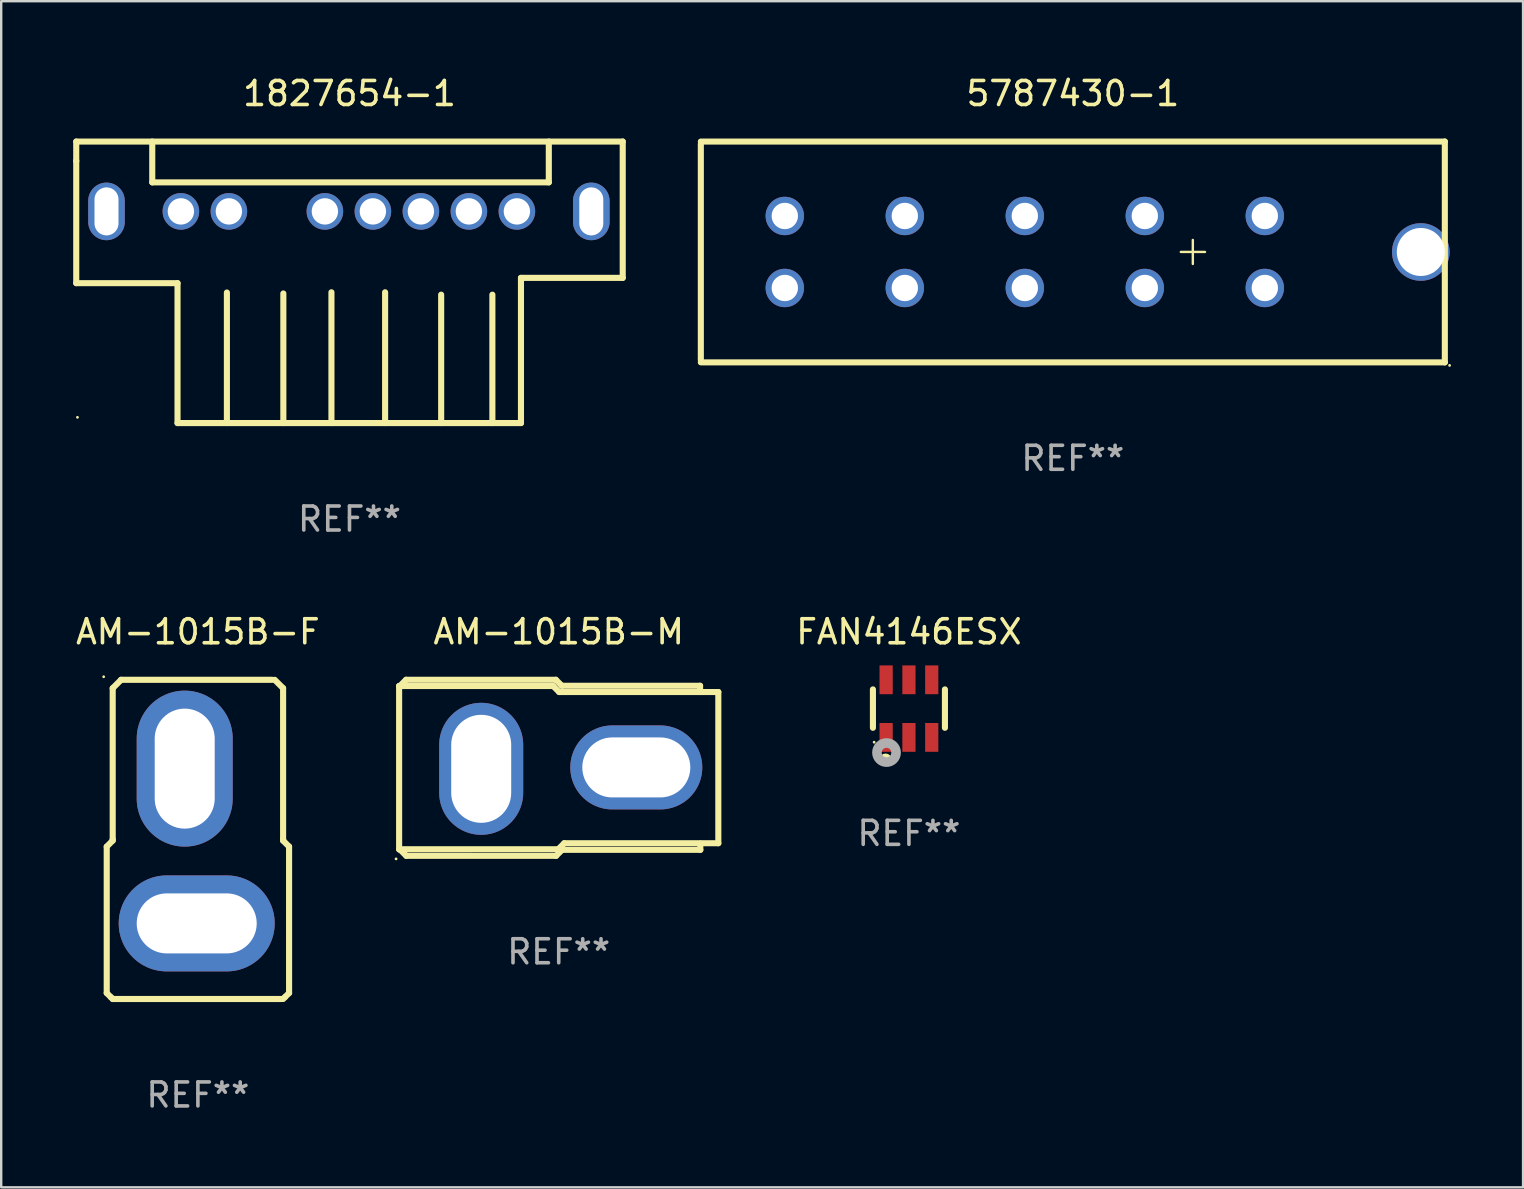
<source format=kicad_pcb>
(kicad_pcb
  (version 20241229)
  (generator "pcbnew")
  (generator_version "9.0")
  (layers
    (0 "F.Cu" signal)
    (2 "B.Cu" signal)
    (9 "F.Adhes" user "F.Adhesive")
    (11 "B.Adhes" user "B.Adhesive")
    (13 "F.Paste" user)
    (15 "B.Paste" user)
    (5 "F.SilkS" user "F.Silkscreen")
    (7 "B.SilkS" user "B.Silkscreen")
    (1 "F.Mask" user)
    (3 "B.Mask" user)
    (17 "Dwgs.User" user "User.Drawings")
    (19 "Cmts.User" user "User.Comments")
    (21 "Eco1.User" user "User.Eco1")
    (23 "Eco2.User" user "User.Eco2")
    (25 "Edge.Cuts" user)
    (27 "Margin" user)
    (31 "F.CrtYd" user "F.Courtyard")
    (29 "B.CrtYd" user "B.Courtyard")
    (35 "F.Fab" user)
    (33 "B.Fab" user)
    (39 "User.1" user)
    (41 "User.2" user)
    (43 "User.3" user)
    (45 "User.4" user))
  (footprint "FAN4146ESX"
    (layer "F.Cu")
    (at 34.822 26.475)
    (property "Reference" "FAN4146ESX" (at 0 -3.2 0) (layer "F.SilkS") (effects (font (size 1 1) (thickness 0.15))))
    (attr through_hole)
    (fp_line (start -1.5 0.8) (end -1.5 -0.8) (stroke (width 0.254) (type solid)) (layer "F.SilkS"))
    (fp_line (start 1.5 -0.8) (end 1.5 0.8) (stroke (width 0.254) (type solid)) (layer "F.SilkS"))
    (fp_circle (center -1.45 1.4) (end -1.42 1.4) (stroke (width 0.06) (type solid)) (fill no) (layer "F.SilkS"))
    (fp_circle (center -0.975 2.125) (end -0.848 2.125) (stroke (width 0.254) (type solid)) (fill no) (layer "F.SilkS"))
    (fp_circle (center -0.934 1.832) (end -0.735 1.832) (stroke (width 0.4) (type solid)) (fill no) (layer "F.Fab"))
    (fp_text user "REF**" (at 0 5.2 0) (layer "F.Fab") (effects (font (size 1 1) (thickness 0.15))))
    (pad "1" smd rect (at -0.95 1.2) (size 0.55 1.2) (layers "F.Cu" "F.Mask" "F.Paste"))
    (pad "2" smd rect (at 0 1.2) (size 0.55 1.2) (layers "F.Cu" "F.Mask" "F.Paste"))
    (pad "3" smd rect (at 0.95 1.2) (size 0.55 1.2) (layers "F.Cu" "F.Mask" "F.Paste"))
    (pad "4" smd rect (at 0.95 -1.2) (size 0.55 1.2) (layers "F.Cu" "F.Mask" "F.Paste"))
    (pad "5" smd rect (at 0 -1.2) (size 0.55 1.2) (layers "F.Cu" "F.Mask" "F.Paste"))
    (pad "6" smd rect (at -0.95 -1.2) (size 0.55 1.2) (layers "F.Cu" "F.Mask" "F.Paste")))
  (footprint "AM-1015B-M"
    (layer "F.Cu")
    (at 20.23 28.942)
    (property "Reference" "AM-1015B-M" (at 0 -5.668 0) (layer "F.SilkS") (effects (font (size 1 1) (thickness 0.15))))
    (attr through_hole)
    (fp_line (start -6.65 -3.408) (end -6.62 -3.408) (stroke (width 0.254) (type solid)) (layer "F.SilkS"))
    (fp_line (start -6.65 -3.388) (end -6.65 3.372) (stroke (width 0.254) (type solid)) (layer "F.SilkS"))
    (fp_line (start -6.65 -3.409) (end -0.231 -3.409) (stroke (width 0.254) (type solid)) (layer "F.SilkS"))
    (fp_line (start -6.64 3.408) (end -6.61 3.408) (stroke (width 0.254) (type solid)) (layer "F.SilkS"))
    (fp_line (start -6.62 -3.408) (end -6.36 -3.668) (stroke (width 0.254) (type solid)) (layer "F.SilkS"))
    (fp_line (start -6.61 3.408) (end -6.35 3.668) (stroke (width 0.254) (type solid)) (layer "F.SilkS"))
    (fp_line (start -6.36 -3.668) (end -0.12 -3.668) (stroke (width 0.254) (type solid)) (layer "F.SilkS"))
    (fp_line (start -6.35 3.668) (end -0.11 3.668) (stroke (width 0.254) (type solid)) (layer "F.SilkS"))
    (fp_line (start -0.231 -3.409) (end 0.02 -3.158) (stroke (width 0.254) (type solid)) (layer "F.SilkS"))
    (fp_line (start -0.12 -3.668) (end 0.13 -3.418) (stroke (width 0.254) (type solid)) (layer "F.SilkS"))
    (fp_line (start -0.11 3.668) (end 0.14 3.418) (stroke (width 0.254) (type solid)) (layer "F.SilkS"))
    (fp_line (start -0.02 3.393) (end -6.649 3.394) (stroke (width 0.254) (type solid)) (layer "F.SilkS"))
    (fp_line (start 0.02 -3.158) (end 6.65 -3.157) (stroke (width 0.254) (type solid)) (layer "F.SilkS"))
    (fp_line (start 0.13 -3.418) (end 5.89 -3.418) (stroke (width 0.254) (type solid)) (layer "F.SilkS"))
    (fp_line (start 0.14 3.418) (end 5.9 3.418) (stroke (width 0.254) (type solid)) (layer "F.SilkS"))
    (fp_line (start 0.231 3.142) (end -0.02 3.393) (stroke (width 0.254) (type solid)) (layer "F.SilkS"))
    (fp_line (start 5.89 -3.418) (end 5.89 -3.158) (stroke (width 0.254) (type solid)) (layer "F.SilkS"))
    (fp_line (start 5.9 3.418) (end 5.9 3.158) (stroke (width 0.254) (type solid)) (layer "F.SilkS"))
    (fp_line (start 6.65 3.142) (end 0.231 3.142) (stroke (width 0.254) (type solid)) (layer "F.SilkS"))
    (fp_line (start 6.65 -3.158) (end 6.65 3.142) (stroke (width 0.254) (type solid)) (layer "F.SilkS"))
    (fp_circle (center -6.777 3.795) (end -6.747 3.795) (stroke (width 0.06) (type solid)) (fill no) (layer "F.SilkS"))
    (fp_text user "REF**" (at 0 7.668 0) (layer "F.Fab") (effects (font (size 1 1) (thickness 0.15))))
    (pad "1" thru_hole oval (at -3.23 0.042) (size 3.5 5.5) (drill oval 2.5 4.5) (layers "*.Cu" "*.Mask"))
    (pad "2" thru_hole oval (at 3.232 -0.016 90) (size 3.5 5.5) (drill oval 2.5 4.5) (layers "*.Cu" "*.Mask")))
  (footprint "5787430-1"
    (layer "F.Cu")
    (at 41.651 7.448)
    (property "Reference" "5787430-1" (at 0 -6.6 0) (layer "F.SilkS") (effects (font (size 1 1) (thickness 0.15))))
    (attr through_hole)
    (fp_line (start -15.5 -4.498) (end -15.5 4.501) (stroke (width 0.254) (type solid)) (layer "F.SilkS"))
    (fp_line (start 4.5 0) (end 5.508 0) (stroke (width 0.1) (type solid)) (layer "F.SilkS"))
    (fp_line (start 5 0.5) (end 5 -0.5) (stroke (width 0.1) (type solid)) (layer "F.SilkS"))
    (fp_line (start 15.5 -4.6) (end -15.5 -4.6) (stroke (width 0.254) (type solid)) (layer "F.SilkS"))
    (fp_line (start 15.5 4.6) (end -15.5 4.6) (stroke (width 0.254) (type solid)) (layer "F.SilkS"))
    (fp_line (start 15.5 4.6) (end 15.5 -4.6) (stroke (width 0.254) (type solid)) (layer "F.SilkS"))
    (fp_circle (center 15.699 4.727) (end 15.729 4.727) (stroke (width 0.06) (type solid)) (fill no) (layer "F.SilkS"))
    (fp_text user "REF**" (at 0 8.6 0) (layer "F.Fab") (effects (font (size 1 1) (thickness 0.15))))
    (pad "1" thru_hole circle (at 7.999 1.501) (size 1.6 1.6) (drill 1.1) (layers "*.Cu" "*.Mask"))
    (pad "2" thru_hole circle (at 7.999 -1.499) (size 1.6 1.6) (drill 1.1) (layers "*.Cu" "*.Mask"))
    (pad "3" thru_hole circle (at 2.999 1.501) (size 1.6 1.6) (drill 1.1) (layers "*.Cu" "*.Mask"))
    (pad "4" thru_hole circle (at 2.999 -1.499) (size 1.6 1.6) (drill 1.1) (layers "*.Cu" "*.Mask"))
    (pad "5" thru_hole circle (at -2.001 1.501) (size 1.6 1.6) (drill 1.1) (layers "*.Cu" "*.Mask"))
    (pad "6" thru_hole circle (at -2.001 -1.499) (size 1.6 1.6) (drill 1.1) (layers "*.Cu" "*.Mask"))
    (pad "7" thru_hole circle (at -7.001 1.501) (size 1.6 1.6) (drill 1.1) (layers "*.Cu" "*.Mask"))
    (pad "8" thru_hole circle (at -7.001 -1.499) (size 1.6 1.6) (drill 1.1) (layers "*.Cu" "*.Mask"))
    (pad "9" thru_hole circle (at -12.001 1.501) (size 1.6 1.6) (drill 1.1) (layers "*.Cu" "*.Mask"))
    (pad "10" thru_hole circle (at -12.001 -1.499) (size 1.6 1.6) (drill 1.1) (layers "*.Cu" "*.Mask"))
    (pad "11" thru_hole circle (at 14.499 0.001) (size 2.4 2.4) (drill 2) (layers "*.Cu" "*.Mask")))
  (footprint "1827654-1"
    (layer "F.Cu")
    (at 11.512 8.713)
    (property "Reference" "1827654-1" (at 0 -7.865 0) (layer "F.SilkS") (effects (font (size 1 1) (thickness 0.15))))
    (attr through_hole)
    (fp_line (start -11.385 -5.865) (end 11.385 -5.865) (stroke (width 0.254) (type solid)) (layer "F.SilkS"))
    (fp_line (start -11.385 -5.045) (end -11.385 -5.865) (stroke (width 0.254) (type solid)) (layer "F.SilkS"))
    (fp_line (start -11.385 0.035) (end -11.385 -5.065) (stroke (width 0.254) (type solid)) (layer "F.SilkS"))
    (fp_line (start -8.218 -5.865) (end -8.218 -4.165) (stroke (width 0.254) (type solid)) (layer "F.SilkS"))
    (fp_line (start -8.218 -4.165) (end 8.305 -4.165) (stroke (width 0.254) (type solid)) (layer "F.SilkS"))
    (fp_line (start -7.165 0.035) (end -11.385 0.035) (stroke (width 0.254) (type solid)) (layer "F.SilkS"))
    (fp_line (start -7.165 5.865) (end -7.165 0.035) (stroke (width 0.254) (type solid)) (layer "F.SilkS"))
    (fp_line (start -5.108 5.865) (end -5.108 0.425) (stroke (width 0.254) (type solid)) (layer "F.SilkS"))
    (fp_line (start -2.756 5.865) (end -2.756 0.465) (stroke (width 0.254) (type solid)) (layer "F.SilkS"))
    (fp_line (start -0.752 5.865) (end -0.752 0.415) (stroke (width 0.254) (type solid)) (layer "F.SilkS"))
    (fp_line (start 1.484 5.865) (end 1.484 0.415) (stroke (width 0.254) (type solid)) (layer "F.SilkS"))
    (fp_line (start 3.82 5.865) (end 3.82 0.515) (stroke (width 0.254) (type solid)) (layer "F.SilkS"))
    (fp_line (start 5.954 5.865) (end 5.954 0.515) (stroke (width 0.254) (type solid)) (layer "F.SilkS"))
    (fp_line (start 7.145 -0.185) (end 7.145 5.865) (stroke (width 0.254) (type solid)) (layer "F.SilkS"))
    (fp_line (start 7.145 5.865) (end -7.165 5.865) (stroke (width 0.254) (type solid)) (layer "F.SilkS"))
    (fp_line (start 8.305 -4.165) (end 8.305 -5.865) (stroke (width 0.254) (type solid)) (layer "F.SilkS"))
    (fp_line (start 11.385 -5.865) (end 11.385 -0.185) (stroke (width 0.254) (type solid)) (layer "F.SilkS"))
    (fp_line (start 11.385 -0.185) (end 7.145 -0.185) (stroke (width 0.254) (type solid)) (layer "F.SilkS"))
    (fp_circle (center -11.335 5.625) (end -11.305 5.625) (stroke (width 0.06) (type solid)) (fill no) (layer "F.SilkS"))
    (fp_text user "REF**" (at 0 9.865 0) (layer "F.Fab") (effects (font (size 1 1) (thickness 0.15))))
    (pad "1" thru_hole circle (at -7.025 -2.955) (size 1.524 1.524) (drill 1.1) (layers "*.Cu" "*.Mask"))
    (pad "2" thru_hole circle (at -5.025 -2.955) (size 1.524 1.524) (drill 1.1) (layers "*.Cu" "*.Mask"))
    (pad "3" thru_hole circle (at -1.025 -2.955) (size 1.524 1.524) (drill 1.1) (layers "*.Cu" "*.Mask"))
    (pad "4" thru_hole circle (at 0.975 -2.955) (size 1.524 1.524) (drill 1.1) (layers "*.Cu" "*.Mask"))
    (pad "5" thru_hole circle (at 2.975 -2.955) (size 1.524 1.524) (drill 1.1) (layers "*.Cu" "*.Mask"))
    (pad "6" thru_hole circle (at 4.975 -2.955) (size 1.524 1.524) (drill 1.1) (layers "*.Cu" "*.Mask"))
    (pad "7" thru_hole circle (at 6.975 -2.955) (size 1.524 1.524) (drill 1.1) (layers "*.Cu" "*.Mask"))
    (pad "8" thru_hole oval (at 10.075 -2.955 90) (size 2.4 1.524) (drill oval 2 1) (layers "*.Cu" "*.Mask"))
    (pad "9" thru_hole oval (at -10.125 -2.955 270) (size 2.4 1.524) (drill oval 2 1) (layers "*.Cu" "*.Mask")))
  (footprint "AM-1015B-F"
    (layer "F.Cu")
    (at 5.196 31.925)
    (property "Reference" "AM-1015B-F" (at 0 -8.65 0) (layer "F.SilkS") (effects (font (size 1 1) (thickness 0.15))))
    (attr through_hole)
    (fp_line (start -3.799 0.3) (end -3.799 6.401) (stroke (width 0.254) (type solid)) (layer "F.SilkS"))
    (fp_line (start -3.799 6.401) (end -3.624 6.576) (stroke (width 0.254) (type solid)) (layer "F.SilkS"))
    (fp_line (start -3.624 6.576) (end -3.55 6.65) (stroke (width 0.254) (type solid)) (layer "F.SilkS"))
    (fp_line (start -3.55 0) (end -3.55 0.051) (stroke (width 0.254) (type solid)) (layer "F.SilkS"))
    (fp_line (start -3.55 0.051) (end -3.799 0.3) (stroke (width 0.254) (type solid)) (layer "F.SilkS"))
    (fp_line (start -3.55 -6.3) (end -3.2 -6.65) (stroke (width 0.254) (type solid)) (layer "F.SilkS"))
    (fp_line (start -3.55 0) (end -3.55 -6.3) (stroke (width 0.254) (type solid)) (layer "F.SilkS"))
    (fp_line (start -3.55 6.65) (end 3.5 6.65) (stroke (width 0.254) (type solid)) (layer "F.SilkS"))
    (fp_line (start -3.2 -6.65) (end 3.1 -6.65) (stroke (width 0.254) (type solid)) (layer "F.SilkS"))
    (fp_line (start 3.55 -6.3) (end 3.2 -6.65) (stroke (width 0.254) (type solid)) (layer "F.SilkS"))
    (fp_line (start 3.55 0) (end 3.55 -6.3) (stroke (width 0.254) (type solid)) (layer "F.SilkS"))
    (fp_line (start 3.55 0) (end 3.55 0.051) (stroke (width 0.254) (type solid)) (layer "F.SilkS"))
    (fp_line (start 3.55 0.051) (end 3.799 0.3) (stroke (width 0.254) (type solid)) (layer "F.SilkS"))
    (fp_line (start 3.624 6.576) (end 3.55 6.65) (stroke (width 0.254) (type solid)) (layer "F.SilkS"))
    (fp_line (start 3.799 0.3) (end 3.799 6.401) (stroke (width 0.254) (type solid)) (layer "F.SilkS"))
    (fp_line (start 3.799 6.401) (end 3.624 6.576) (stroke (width 0.254) (type solid)) (layer "F.SilkS"))
    (fp_circle (center -3.926 -6.777) (end -3.896 -6.777) (stroke (width 0.06) (type solid)) (fill no) (layer "F.SilkS"))
    (fp_text user "REF**" (at 0 10.65 0) (layer "F.Fab") (effects (font (size 1 1) (thickness 0.15))))
    (pad "1" thru_hole oval (at -0.55 -2.949) (size 4 6.5) (drill oval 2.5 5) (layers "*.Cu" "*.Mask"))
    (pad "2" thru_hole oval (at -0.05 3.5 90) (size 4 6.5) (drill oval 2.5 5) (layers "*.Cu" "*.Mask")))
  (gr_rect
    (start -3 -3)
    (end 60.411 46.423)
    (stroke (width 0.1) (type default))
    (fill no)
    (layer "Edge.Cuts")))
</source>
